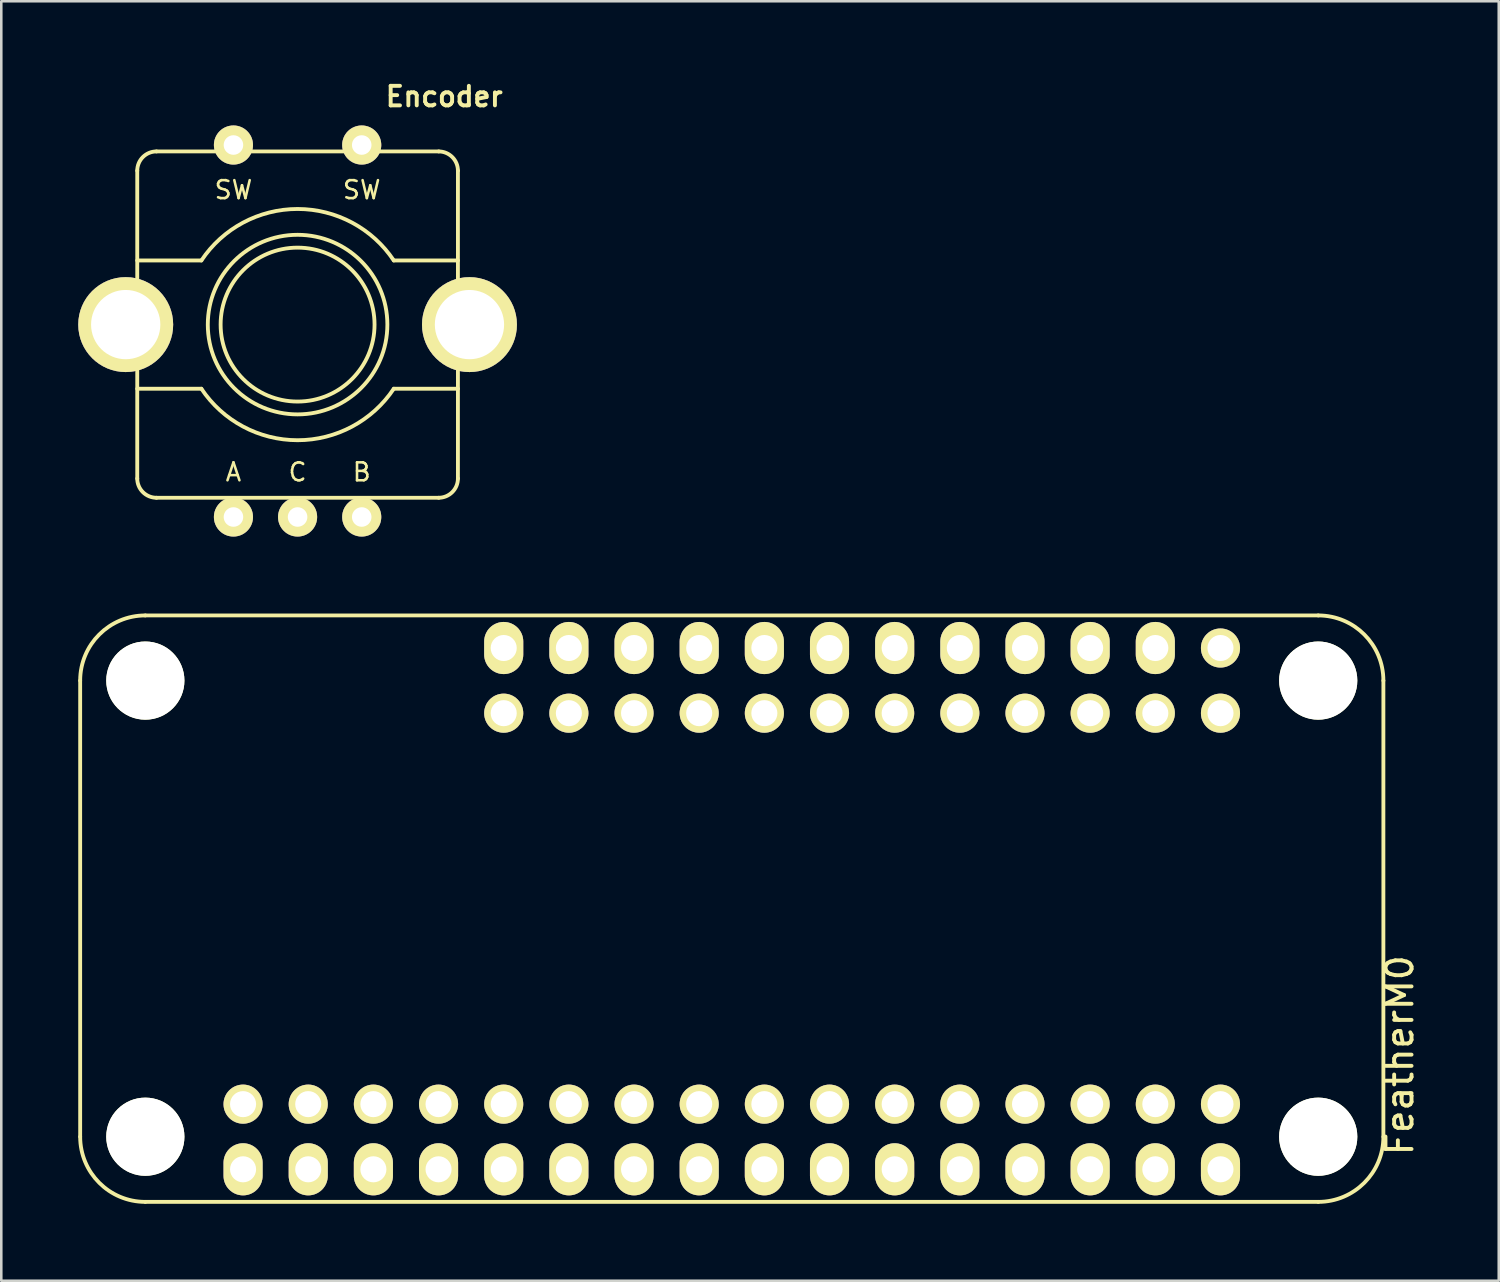
<source format=kicad_pcb>
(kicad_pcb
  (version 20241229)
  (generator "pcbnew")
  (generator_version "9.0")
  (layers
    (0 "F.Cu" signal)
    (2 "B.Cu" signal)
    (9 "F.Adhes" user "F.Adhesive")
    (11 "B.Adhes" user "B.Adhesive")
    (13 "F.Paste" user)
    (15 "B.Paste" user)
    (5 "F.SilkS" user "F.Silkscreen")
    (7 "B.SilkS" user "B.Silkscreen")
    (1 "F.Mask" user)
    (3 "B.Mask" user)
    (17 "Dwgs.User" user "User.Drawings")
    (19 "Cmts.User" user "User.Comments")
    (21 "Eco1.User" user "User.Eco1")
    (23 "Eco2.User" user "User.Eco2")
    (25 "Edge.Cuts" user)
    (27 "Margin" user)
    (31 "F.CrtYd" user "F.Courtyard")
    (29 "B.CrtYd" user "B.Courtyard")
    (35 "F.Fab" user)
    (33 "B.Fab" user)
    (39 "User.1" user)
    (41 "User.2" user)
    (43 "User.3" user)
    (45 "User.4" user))
  (footprint "Encoder"
    (layer "F.Cu")
    (at 8.55 9.603)
    (property "Reference" "Encoder" (at 5.715 -8.89 0) (layer "F.SilkS") (effects (font (size 0.762 0.762) (thickness 0.152))))
    (attr through_hole)
    (fp_line (start -6.25 -6) (end -6.25 6) (stroke (width 0.15) (type solid)) (layer "F.SilkS"))
    (fp_line (start -5.5 6.75) (end 5.5 6.75) (stroke (width 0.15) (type solid)) (layer "F.SilkS"))
    (fp_line (start -3.75 -2.5) (end -6.25 -2.5) (stroke (width 0.15) (type solid)) (layer "F.SilkS"))
    (fp_line (start -3.75 2.5) (end -6.25 2.5) (stroke (width 0.15) (type solid)) (layer "F.SilkS"))
    (fp_line (start 3.75 -2.5) (end 6.25 -2.5) (stroke (width 0.15) (type solid)) (layer "F.SilkS"))
    (fp_line (start 3.75 2.5) (end 6.25 2.5) (stroke (width 0.15) (type solid)) (layer "F.SilkS"))
    (fp_line (start 5.5 -6.75) (end -5.5 -6.75) (stroke (width 0.15) (type solid)) (layer "F.SilkS"))
    (fp_line (start 6.25 6) (end 6.25 -6) (stroke (width 0.15) (type solid)) (layer "F.SilkS"))
    (fp_arc (start -6.25 -6) (mid -6.03033 -6.53033) (end -5.5 -6.75) (stroke (width 0.15) (type solid)) (layer "F.SilkS"))
    (fp_arc (start -5.5 6.75) (mid -6.03033 6.53033) (end -6.25 6) (stroke (width 0.15) (type solid)) (layer "F.SilkS"))
    (fp_arc (start -3.75 -2.5) (mid 0 -4.506939) (end 3.75 -2.5) (stroke (width 0.15) (type solid)) (layer "F.SilkS"))
    (fp_arc (start 3.75 2.5) (mid 0 4.506939) (end -3.75 2.5) (stroke (width 0.15) (type solid)) (layer "F.SilkS"))
    (fp_arc (start 5.5 -6.75) (mid 6.03033 -6.53033) (end 6.25 -6) (stroke (width 0.15) (type solid)) (layer "F.SilkS"))
    (fp_arc (start 6.25 6) (mid 6.03033 6.53033) (end 5.5 6.75) (stroke (width 0.15) (type solid)) (layer "F.SilkS"))
    (fp_circle (center 0 0) (end 3 0) (stroke (width 0.15) (type solid)) (fill no) (layer "F.SilkS"))
    (fp_circle (center 0 0) (end 3.5 0) (stroke (width 0.15) (type solid)) (fill no) (layer "F.SilkS"))
    (fp_text user "SW" (at -2.5 -5.25 0) (layer "F.SilkS") (effects (font (size 0.7 0.7) (thickness 0.1))))
    (fp_text user "SW" (at 2.5 -5.25 0) (layer "F.SilkS") (effects (font (size 0.7 0.7) (thickness 0.1))))
    (fp_text user "A" (at -2.5 5.75 0) (layer "F.SilkS") (effects (font (size 0.7 0.7) (thickness 0.1))))
    (fp_text user "B" (at 2.5 5.75 0) (layer "F.SilkS") (effects (font (size 0.7 0.7) (thickness 0.1))))
    (fp_text user "C" (at 0 5.75 0) (layer "F.SilkS") (effects (font (size 0.7 0.7) (thickness 0.1))))
    (pad "" thru_hole circle (at -6.7 0) (size 3.7 3.7) (drill 2.7) (layers "*.Cu" "*.Mask" "F.SilkS"))
    (pad "" thru_hole circle (at 6.7 0) (size 3.7 3.7) (drill 2.7) (layers "*.Cu" "*.Mask" "F.SilkS"))
    (pad "1" thru_hole circle (at -2.5 7.5) (size 1.524 1.524) (drill 0.762) (layers "*.Cu" "*.Mask" "F.SilkS"))
    (pad "2" thru_hole circle (at 0 7.5) (size 1.524 1.524) (drill 0.762) (layers "*.Cu" "*.Mask" "F.SilkS"))
    (pad "3" thru_hole circle (at 2.5 7.5) (size 1.524 1.524) (drill 0.762) (layers "*.Cu" "*.Mask" "F.SilkS"))
    (pad "4" thru_hole circle (at -2.5 -7) (size 1.524 1.524) (drill 0.762) (layers "*.Cu" "*.Mask" "F.SilkS"))
    (pad "5" thru_hole circle (at 2.5 -7) (size 1.524 1.524) (drill 0.762) (layers "*.Cu" "*.Mask" "F.SilkS")))
  (footprint "FeatherM0"
    (layer "F.Cu")
    (at 25.475 32.37)
    (property "Reference" "FeatherM0" (at 26.035 5.715 90) (layer "F.SilkS") (effects (font (size 1.016 1.016) (thickness 0.152))))
    (attr through_hole)
    (fp_line (start -25.4 -8.89) (end -25.4 8.89) (stroke (width 0.15) (type solid)) (layer "F.SilkS"))
    (fp_line (start -22.86 11.43) (end 22.86 11.43) (stroke (width 0.15) (type solid)) (layer "F.SilkS"))
    (fp_line (start 22.86 -11.43) (end -22.86 -11.43) (stroke (width 0.15) (type solid)) (layer "F.SilkS"))
    (fp_line (start 25.4 8.89) (end 25.4 -8.89) (stroke (width 0.15) (type solid)) (layer "F.SilkS"))
    (fp_arc (start -25.4 -8.89) (mid -24.656051 -10.686051) (end -22.86 -11.43) (stroke (width 0.15) (type solid)) (layer "F.SilkS"))
    (fp_arc (start -22.86 11.43) (mid -24.656051 10.686051) (end -25.4 8.89) (stroke (width 0.15) (type solid)) (layer "F.SilkS"))
    (fp_arc (start 22.86 -11.43) (mid 24.656051 -10.686051) (end 25.4 -8.89) (stroke (width 0.15) (type solid)) (layer "F.SilkS"))
    (fp_arc (start 25.4 8.89) (mid 24.656051 10.686051) (end 22.86 11.43) (stroke (width 0.15) (type solid)) (layer "F.SilkS"))
    (pad "" np_thru_hole circle (at -22.86 -8.89) (size 3.048 3.048) (drill 3.048) (layers "*.Cu" "*.Mask" "F.SilkS"))
    (pad "" np_thru_hole circle (at -22.86 8.89) (size 3.048 3.048) (drill 3.048) (layers "*.Cu" "*.Mask" "F.SilkS"))
    (pad "" np_thru_hole circle (at 22.86 -8.89) (size 3.048 3.048) (drill 3.048) (layers "*.Cu" "*.Mask" "F.SilkS"))
    (pad "" np_thru_hole circle (at 22.86 8.89) (size 3.048 3.048) (drill 3.048) (layers "*.Cu" "*.Mask" "F.SilkS"))
    (pad "1" thru_hole oval (at 19.05 -10.16) (size 1.524 1.524) (drill 1.016) (layers "*.Cu" "*.Mask" "F.SilkS"))
    (pad "1" thru_hole circle (at 19.05 -7.62) (size 1.524 1.524) (drill 1.016) (layers "*.Cu" "*.Mask" "F.SilkS"))
    (pad "2" thru_hole oval (at 16.51 -10.16) (size 1.524 2.032) (drill 1.016) (layers "*.Cu" "*.Mask" "F.SilkS"))
    (pad "2" thru_hole circle (at 16.51 -7.62) (size 1.524 1.524) (drill 1.016) (layers "*.Cu" "*.Mask" "F.SilkS"))
    (pad "3" thru_hole oval (at 13.97 -10.16) (size 1.524 2.032) (drill 1.016) (layers "*.Cu" "*.Mask" "F.SilkS"))
    (pad "3" thru_hole circle (at 13.97 -7.62) (size 1.524 1.524) (drill 1.016) (layers "*.Cu" "*.Mask" "F.SilkS"))
    (pad "4" thru_hole oval (at 11.43 -10.16) (size 1.524 2.032) (drill 1.016) (layers "*.Cu" "*.Mask" "F.SilkS"))
    (pad "4" thru_hole circle (at 11.43 -7.62) (size 1.524 1.524) (drill 1.016) (layers "*.Cu" "*.Mask" "F.SilkS"))
    (pad "5" thru_hole oval (at 8.89 -10.16) (size 1.524 2.032) (drill 1.016) (layers "*.Cu" "*.Mask" "F.SilkS"))
    (pad "5" thru_hole circle (at 8.89 -7.62) (size 1.524 1.524) (drill 1.016) (layers "*.Cu" "*.Mask" "F.SilkS"))
    (pad "6" thru_hole oval (at 6.35 -10.16) (size 1.524 2.032) (drill 1.016) (layers "*.Cu" "*.Mask" "F.SilkS"))
    (pad "6" thru_hole circle (at 6.35 -7.62) (size 1.524 1.524) (drill 1.016) (layers "*.Cu" "*.Mask" "F.SilkS"))
    (pad "7" thru_hole oval (at 3.81 -10.16) (size 1.524 2.032) (drill 1.016) (layers "*.Cu" "*.Mask" "F.SilkS"))
    (pad "7" thru_hole circle (at 3.81 -7.62) (size 1.524 1.524) (drill 1.016) (layers "*.Cu" "*.Mask" "F.SilkS"))
    (pad "8" thru_hole oval (at 1.27 -10.16) (size 1.524 2.032) (drill 1.016) (layers "*.Cu" "*.Mask" "F.SilkS"))
    (pad "8" thru_hole circle (at 1.27 -7.62) (size 1.524 1.524) (drill 1.016) (layers "*.Cu" "*.Mask" "F.SilkS"))
    (pad "9" thru_hole oval (at -1.27 -10.16) (size 1.524 2.032) (drill 1.016) (layers "*.Cu" "*.Mask" "F.SilkS"))
    (pad "9" thru_hole circle (at -1.27 -7.62) (size 1.524 1.524) (drill 1.016) (layers "*.Cu" "*.Mask" "F.SilkS"))
    (pad "10" thru_hole oval (at -3.81 -10.16) (size 1.524 2.032) (drill 1.016) (layers "*.Cu" "*.Mask" "F.SilkS"))
    (pad "10" thru_hole circle (at -3.81 -7.62) (size 1.524 1.524) (drill 1.016) (layers "*.Cu" "*.Mask" "F.SilkS"))
    (pad "11" thru_hole oval (at -6.35 -10.16) (size 1.524 2.032) (drill 1.016) (layers "*.Cu" "*.Mask" "F.SilkS"))
    (pad "11" thru_hole circle (at -6.35 -7.62) (size 1.524 1.524) (drill 1.016) (layers "*.Cu" "*.Mask" "F.SilkS"))
    (pad "12" thru_hole oval (at -8.89 -10.16) (size 1.524 2.032) (drill 1.016) (layers "*.Cu" "*.Mask" "F.SilkS"))
    (pad "12" thru_hole circle (at -8.89 -7.62) (size 1.524 1.524) (drill 1.016) (layers "*.Cu" "*.Mask" "F.SilkS"))
    (pad "13" thru_hole circle (at -19.05 7.62) (size 1.524 1.524) (drill 1.016) (layers "*.Cu" "*.Mask" "F.SilkS"))
    (pad "13" thru_hole oval (at -19.05 10.16) (size 1.524 2.032) (drill 1.016) (layers "*.Cu" "*.Mask" "F.SilkS"))
    (pad "14" thru_hole circle (at -16.51 7.62) (size 1.524 1.524) (drill 1.016) (layers "*.Cu" "*.Mask" "F.SilkS"))
    (pad "14" thru_hole oval (at -16.51 10.16) (size 1.524 2.032) (drill 1.016) (layers "*.Cu" "*.Mask" "F.SilkS"))
    (pad "15" thru_hole circle (at -13.97 7.62) (size 1.524 1.524) (drill 1.016) (layers "*.Cu" "*.Mask" "F.SilkS"))
    (pad "15" thru_hole oval (at -13.97 10.16) (size 1.524 2.032) (drill 1.016) (layers "*.Cu" "*.Mask" "F.SilkS"))
    (pad "16" thru_hole circle (at -11.43 7.62) (size 1.524 1.524) (drill 1.016) (layers "*.Cu" "*.Mask" "F.SilkS"))
    (pad "16" thru_hole oval (at -11.43 10.16) (size 1.524 2.032) (drill 1.016) (layers "*.Cu" "*.Mask" "F.SilkS"))
    (pad "17" thru_hole circle (at -8.89 7.62) (size 1.524 1.524) (drill 1.016) (layers "*.Cu" "*.Mask" "F.SilkS"))
    (pad "17" thru_hole oval (at -8.89 10.16) (size 1.524 2.032) (drill 1.016) (layers "*.Cu" "*.Mask" "F.SilkS"))
    (pad "18" thru_hole circle (at -6.35 7.62) (size 1.524 1.524) (drill 1.016) (layers "*.Cu" "*.Mask" "F.SilkS"))
    (pad "18" thru_hole oval (at -6.35 10.16) (size 1.524 2.032) (drill 1.016) (layers "*.Cu" "*.Mask" "F.SilkS"))
    (pad "19" thru_hole circle (at -3.81 7.62) (size 1.524 1.524) (drill 1.016) (layers "*.Cu" "*.Mask" "F.SilkS"))
    (pad "19" thru_hole oval (at -3.81 10.16) (size 1.524 2.032) (drill 1.016) (layers "*.Cu" "*.Mask" "F.SilkS"))
    (pad "20" thru_hole circle (at -1.27 7.62) (size 1.524 1.524) (drill 1.016) (layers "*.Cu" "*.Mask" "F.SilkS"))
    (pad "20" thru_hole oval (at -1.27 10.16) (size 1.524 2.032) (drill 1.016) (layers "*.Cu" "*.Mask" "F.SilkS"))
    (pad "21" thru_hole circle (at 1.27 7.62) (size 1.524 1.524) (drill 1.016) (layers "*.Cu" "*.Mask" "F.SilkS"))
    (pad "21" thru_hole oval (at 1.27 10.16) (size 1.524 2.032) (drill 1.016) (layers "*.Cu" "*.Mask" "F.SilkS"))
    (pad "22" thru_hole circle (at 3.81 7.62) (size 1.524 1.524) (drill 1.016) (layers "*.Cu" "*.Mask" "F.SilkS"))
    (pad "22" thru_hole oval (at 3.81 10.16) (size 1.524 2.032) (drill 1.016) (layers "*.Cu" "*.Mask" "F.SilkS"))
    (pad "23" thru_hole circle (at 6.35 7.62) (size 1.524 1.524) (drill 1.016) (layers "*.Cu" "*.Mask" "F.SilkS"))
    (pad "23" thru_hole oval (at 6.35 10.16) (size 1.524 2.032) (drill 1.016) (layers "*.Cu" "*.Mask" "F.SilkS"))
    (pad "24" thru_hole circle (at 8.89 7.62) (size 1.524 1.524) (drill 1.016) (layers "*.Cu" "*.Mask" "F.SilkS"))
    (pad "24" thru_hole oval (at 8.89 10.16) (size 1.524 2.032) (drill 1.016) (layers "*.Cu" "*.Mask" "F.SilkS"))
    (pad "25" thru_hole circle (at 11.43 7.62) (size 1.524 1.524) (drill 1.016) (layers "*.Cu" "*.Mask" "F.SilkS"))
    (pad "25" thru_hole oval (at 11.43 10.16) (size 1.524 2.032) (drill 1.016) (layers "*.Cu" "*.Mask" "F.SilkS"))
    (pad "26" thru_hole circle (at 13.97 7.62) (size 1.524 1.524) (drill 1.016) (layers "*.Cu" "*.Mask" "F.SilkS"))
    (pad "26" thru_hole oval (at 13.97 10.16) (size 1.524 2.032) (drill 1.016) (layers "*.Cu" "*.Mask" "F.SilkS"))
    (pad "27" thru_hole circle (at 16.51 7.62) (size 1.524 1.524) (drill 1.016) (layers "*.Cu" "*.Mask" "F.SilkS"))
    (pad "27" thru_hole oval (at 16.51 10.16) (size 1.524 2.032) (drill 1.016) (layers "*.Cu" "*.Mask" "F.SilkS"))
    (pad "28" thru_hole circle (at 19.05 7.62) (size 1.524 1.524) (drill 1.016) (layers "*.Cu" "*.Mask" "F.SilkS"))
    (pad "28" thru_hole oval (at 19.05 10.16) (size 1.524 2.032) (drill 1.016) (layers "*.Cu" "*.Mask" "F.SilkS")))
  (gr_rect
    (start -3 -3)
    (end 55.372 46.875)
    (stroke (width 0.1) (type default))
    (fill no)
    (layer "Edge.Cuts")))
</source>
